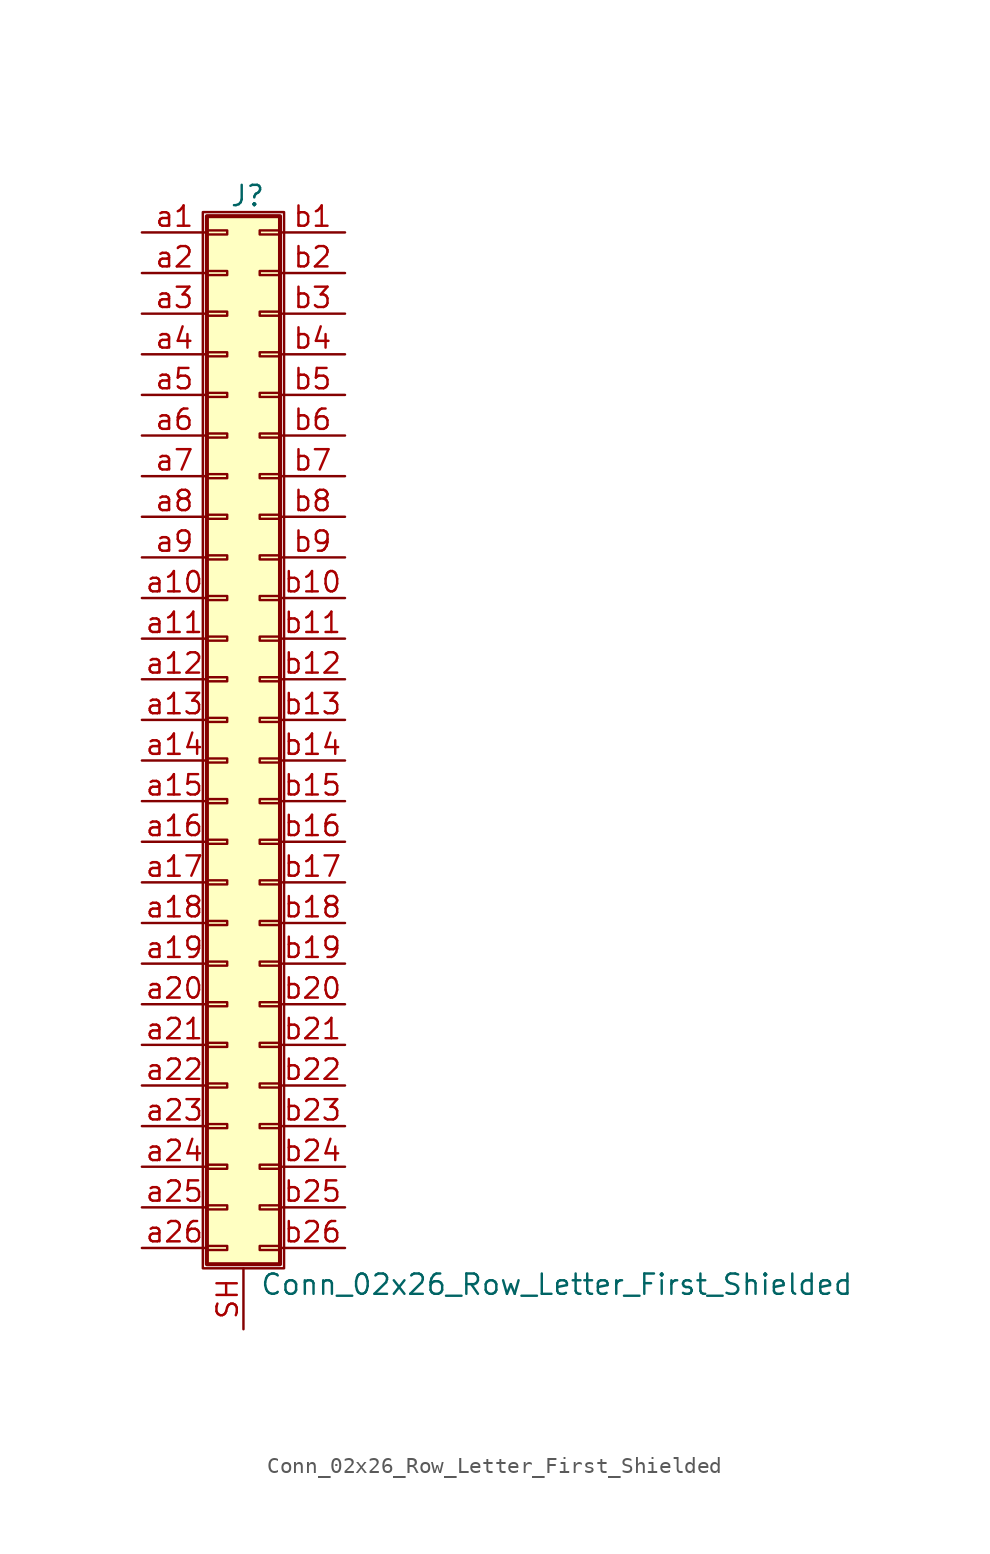
<source format=kicad_sym>
(kicad_symbol_lib
  (version 20220914)
  (generator kicad_symbol_editor)
  (symbol "Conn_02x26_Row_Letter_First_Shielded"
    (pin_names
      (offset 1.016) hide)
    (property "Reference" "J"
      (at 1.524 32.766 0)
      (effects (font (size 1.27 1.27))))
    (property "Value" "Conn_02x26_Row_Letter_First_Shielded"
      (at 2.286 -35.306 0)
      (effects (font (size 1.27 1.27)) (justify left)))
    (symbol "Conn_02x26_Row_Letter_First_Shielded_1_1"
      (rectangle (start -1.27 31.75) (end 3.81 -34.29) (stroke (width 0.152) (type default)) (fill (type none)))
      (rectangle (start -1.016 -32.893) (end 0.254 -33.147) (stroke (width 0.152) (type default)) (fill (type none)))
      (rectangle (start -1.016 -30.353) (end 0.254 -30.607) (stroke (width 0.152) (type default)) (fill (type none)))
      (rectangle (start -1.016 -27.813) (end 0.254 -28.067) (stroke (width 0.152) (type default)) (fill (type none)))
      (rectangle (start -1.016 -25.273) (end 0.254 -25.527) (stroke (width 0.152) (type default)) (fill (type none)))
      (rectangle (start -1.016 -22.733) (end 0.254 -22.987) (stroke (width 0.152) (type default)) (fill (type none)))
      (rectangle (start -1.016 -20.193) (end 0.254 -20.447) (stroke (width 0.152) (type default)) (fill (type none)))
      (rectangle (start -1.016 -17.653) (end 0.254 -17.907) (stroke (width 0.152) (type default)) (fill (type none)))
      (rectangle (start -1.016 -15.113) (end 0.254 -15.367) (stroke (width 0.152) (type default)) (fill (type none)))
      (rectangle (start -1.016 -12.573) (end 0.254 -12.827) (stroke (width 0.152) (type default)) (fill (type none)))
      (rectangle (start -1.016 -10.033) (end 0.254 -10.287) (stroke (width 0.152) (type default)) (fill (type none)))
      (rectangle (start -1.016 -7.493) (end 0.254 -7.747) (stroke (width 0.152) (type default)) (fill (type none)))
      (rectangle (start -1.016 -4.953) (end 0.254 -5.207) (stroke (width 0.152) (type default)) (fill (type none)))
      (rectangle (start -1.016 -2.413) (end 0.254 -2.667) (stroke (width 0.152) (type default)) (fill (type none)))
      (rectangle (start -1.016 0.127) (end 0.254 -0.127) (stroke (width 0.152) (type default)) (fill (type none)))
      (rectangle (start -1.016 2.667) (end 0.254 2.413) (stroke (width 0.152) (type default)) (fill (type none)))
      (rectangle (start -1.016 5.207) (end 0.254 4.953) (stroke (width 0.152) (type default)) (fill (type none)))
      (rectangle (start -1.016 7.747) (end 0.254 7.493) (stroke (width 0.152) (type default)) (fill (type none)))
      (rectangle (start -1.016 10.287) (end 0.254 10.033) (stroke (width 0.152) (type default)) (fill (type none)))
      (rectangle (start -1.016 12.827) (end 0.254 12.573) (stroke (width 0.152) (type default)) (fill (type none)))
      (rectangle (start -1.016 15.367) (end 0.254 15.113) (stroke (width 0.152) (type default)) (fill (type none)))
      (rectangle (start -1.016 17.907) (end 0.254 17.653) (stroke (width 0.152) (type default)) (fill (type none)))
      (rectangle (start -1.016 20.447) (end 0.254 20.193) (stroke (width 0.152) (type default)) (fill (type none)))
      (rectangle (start -1.016 22.987) (end 0.254 22.733) (stroke (width 0.152) (type default)) (fill (type none)))
      (rectangle (start -1.016 25.527) (end 0.254 25.273) (stroke (width 0.152) (type default)) (fill (type none)))
      (rectangle (start -1.016 28.067) (end 0.254 27.813) (stroke (width 0.152) (type default)) (fill (type none)))
      (rectangle (start -1.016 30.607) (end 0.254 30.353) (stroke (width 0.152) (type default)) (fill (type none)))
      (rectangle (start -1.016 31.496) (end 3.556 -34.036) (stroke (width 0.254) (type default)) (fill (type background)))
      (rectangle (start 3.556 -32.893) (end 2.286 -33.147) (stroke (width 0.152) (type default)) (fill (type none)))
      (rectangle (start 3.556 -30.353) (end 2.286 -30.607) (stroke (width 0.152) (type default)) (fill (type none)))
      (rectangle (start 3.556 -27.813) (end 2.286 -28.067) (stroke (width 0.152) (type default)) (fill (type none)))
      (rectangle (start 3.556 -25.273) (end 2.286 -25.527) (stroke (width 0.152) (type default)) (fill (type none)))
      (rectangle (start 3.556 -22.733) (end 2.286 -22.987) (stroke (width 0.152) (type default)) (fill (type none)))
      (rectangle (start 3.556 -20.193) (end 2.286 -20.447) (stroke (width 0.152) (type default)) (fill (type none)))
      (rectangle (start 3.556 -17.653) (end 2.286 -17.907) (stroke (width 0.152) (type default)) (fill (type none)))
      (rectangle (start 3.556 -15.113) (end 2.286 -15.367) (stroke (width 0.152) (type default)) (fill (type none)))
      (rectangle (start 3.556 -12.573) (end 2.286 -12.827) (stroke (width 0.152) (type default)) (fill (type none)))
      (rectangle (start 3.556 -10.033) (end 2.286 -10.287) (stroke (width 0.152) (type default)) (fill (type none)))
      (rectangle (start 3.556 -7.493) (end 2.286 -7.747) (stroke (width 0.152) (type default)) (fill (type none)))
      (rectangle (start 3.556 -4.953) (end 2.286 -5.207) (stroke (width 0.152) (type default)) (fill (type none)))
      (rectangle (start 3.556 -2.413) (end 2.286 -2.667) (stroke (width 0.152) (type default)) (fill (type none)))
      (rectangle (start 3.556 0.127) (end 2.286 -0.127) (stroke (width 0.152) (type default)) (fill (type none)))
      (rectangle (start 3.556 2.667) (end 2.286 2.413) (stroke (width 0.152) (type default)) (fill (type none)))
      (rectangle (start 3.556 5.207) (end 2.286 4.953) (stroke (width 0.152) (type default)) (fill (type none)))
      (rectangle (start 3.556 7.747) (end 2.286 7.493) (stroke (width 0.152) (type default)) (fill (type none)))
      (rectangle (start 3.556 10.287) (end 2.286 10.033) (stroke (width 0.152) (type default)) (fill (type none)))
      (rectangle (start 3.556 12.827) (end 2.286 12.573) (stroke (width 0.152) (type default)) (fill (type none)))
      (rectangle (start 3.556 15.367) (end 2.286 15.113) (stroke (width 0.152) (type default)) (fill (type none)))
      (rectangle (start 3.556 17.907) (end 2.286 17.653) (stroke (width 0.152) (type default)) (fill (type none)))
      (rectangle (start 3.556 20.447) (end 2.286 20.193) (stroke (width 0.152) (type default)) (fill (type none)))
      (rectangle (start 3.556 22.987) (end 2.286 22.733) (stroke (width 0.152) (type default)) (fill (type none)))
      (rectangle (start 3.556 25.527) (end 2.286 25.273) (stroke (width 0.152) (type default)) (fill (type none)))
      (rectangle (start 3.556 28.067) (end 2.286 27.813) (stroke (width 0.152) (type default)) (fill (type none)))
      (rectangle (start 3.556 30.607) (end 2.286 30.353) (stroke (width 0.152) (type default)) (fill (type none)))
      (pin passive line (at 1.27 -38.1 90) (length 3.81) (name "Shield" (effects (font (size 1.27 1.27)))) (number "SH" (effects (font (size 1.27 1.27)))))
      (pin passive line (at -5.08 30.48 0) (length 4.064) (name "Pin_a1" (effects (font (size 1.27 1.27)))) (number "a1" (effects (font (size 1.27 1.27)))))
      (pin passive line (at -5.08 7.62 0) (length 4.064) (name "Pin_a10" (effects (font (size 1.27 1.27)))) (number "a10" (effects (font (size 1.27 1.27)))))
      (pin passive line (at -5.08 5.08 0) (length 4.064) (name "Pin_a11" (effects (font (size 1.27 1.27)))) (number "a11" (effects (font (size 1.27 1.27)))))
      (pin passive line (at -5.08 2.54 0) (length 4.064) (name "Pin_a12" (effects (font (size 1.27 1.27)))) (number "a12" (effects (font (size 1.27 1.27)))))
      (pin passive line (at -5.08 0 0) (length 4.064) (name "Pin_a13" (effects (font (size 1.27 1.27)))) (number "a13" (effects (font (size 1.27 1.27)))))
      (pin passive line (at -5.08 -2.54 0) (length 4.064) (name "Pin_a14" (effects (font (size 1.27 1.27)))) (number "a14" (effects (font (size 1.27 1.27)))))
      (pin passive line (at -5.08 -5.08 0) (length 4.064) (name "Pin_a15" (effects (font (size 1.27 1.27)))) (number "a15" (effects (font (size 1.27 1.27)))))
      (pin passive line (at -5.08 -7.62 0) (length 4.064) (name "Pin_a16" (effects (font (size 1.27 1.27)))) (number "a16" (effects (font (size 1.27 1.27)))))
      (pin passive line (at -5.08 -10.16 0) (length 4.064) (name "Pin_a17" (effects (font (size 1.27 1.27)))) (number "a17" (effects (font (size 1.27 1.27)))))
      (pin passive line (at -5.08 -12.7 0) (length 4.064) (name "Pin_a18" (effects (font (size 1.27 1.27)))) (number "a18" (effects (font (size 1.27 1.27)))))
      (pin passive line (at -5.08 -15.24 0) (length 4.064) (name "Pin_a19" (effects (font (size 1.27 1.27)))) (number "a19" (effects (font (size 1.27 1.27)))))
      (pin passive line (at -5.08 27.94 0) (length 4.064) (name "Pin_a2" (effects (font (size 1.27 1.27)))) (number "a2" (effects (font (size 1.27 1.27)))))
      (pin passive line (at -5.08 -17.78 0) (length 4.064) (name "Pin_a20" (effects (font (size 1.27 1.27)))) (number "a20" (effects (font (size 1.27 1.27)))))
      (pin passive line (at -5.08 -20.32 0) (length 4.064) (name "Pin_a21" (effects (font (size 1.27 1.27)))) (number "a21" (effects (font (size 1.27 1.27)))))
      (pin passive line (at -5.08 -22.86 0) (length 4.064) (name "Pin_a22" (effects (font (size 1.27 1.27)))) (number "a22" (effects (font (size 1.27 1.27)))))
      (pin passive line (at -5.08 -25.4 0) (length 4.064) (name "Pin_a23" (effects (font (size 1.27 1.27)))) (number "a23" (effects (font (size 1.27 1.27)))))
      (pin passive line (at -5.08 -27.94 0) (length 4.064) (name "Pin_a24" (effects (font (size 1.27 1.27)))) (number "a24" (effects (font (size 1.27 1.27)))))
      (pin passive line (at -5.08 -30.48 0) (length 4.064) (name "Pin_a25" (effects (font (size 1.27 1.27)))) (number "a25" (effects (font (size 1.27 1.27)))))
      (pin passive line (at -5.08 -33.02 0) (length 4.064) (name "Pin_a26" (effects (font (size 1.27 1.27)))) (number "a26" (effects (font (size 1.27 1.27)))))
      (pin passive line (at -5.08 25.4 0) (length 4.064) (name "Pin_a3" (effects (font (size 1.27 1.27)))) (number "a3" (effects (font (size 1.27 1.27)))))
      (pin passive line (at -5.08 22.86 0) (length 4.064) (name "Pin_a4" (effects (font (size 1.27 1.27)))) (number "a4" (effects (font (size 1.27 1.27)))))
      (pin passive line (at -5.08 20.32 0) (length 4.064) (name "Pin_a5" (effects (font (size 1.27 1.27)))) (number "a5" (effects (font (size 1.27 1.27)))))
      (pin passive line (at -5.08 17.78 0) (length 4.064) (name "Pin_a6" (effects (font (size 1.27 1.27)))) (number "a6" (effects (font (size 1.27 1.27)))))
      (pin passive line (at -5.08 15.24 0) (length 4.064) (name "Pin_a7" (effects (font (size 1.27 1.27)))) (number "a7" (effects (font (size 1.27 1.27)))))
      (pin passive line (at -5.08 12.7 0) (length 4.064) (name "Pin_a8" (effects (font (size 1.27 1.27)))) (number "a8" (effects (font (size 1.27 1.27)))))
      (pin passive line (at -5.08 10.16 0) (length 4.064) (name "Pin_a9" (effects (font (size 1.27 1.27)))) (number "a9" (effects (font (size 1.27 1.27)))))
      (pin passive line (at 7.62 30.48 180) (length 4.064) (name "Pin_b1" (effects (font (size 1.27 1.27)))) (number "b1" (effects (font (size 1.27 1.27)))))
      (pin passive line (at 7.62 7.62 180) (length 4.064) (name "Pin_b10" (effects (font (size 1.27 1.27)))) (number "b10" (effects (font (size 1.27 1.27)))))
      (pin passive line (at 7.62 5.08 180) (length 4.064) (name "Pin_b11" (effects (font (size 1.27 1.27)))) (number "b11" (effects (font (size 1.27 1.27)))))
      (pin passive line (at 7.62 2.54 180) (length 4.064) (name "Pin_b12" (effects (font (size 1.27 1.27)))) (number "b12" (effects (font (size 1.27 1.27)))))
      (pin passive line (at 7.62 0 180) (length 4.064) (name "Pin_b13" (effects (font (size 1.27 1.27)))) (number "b13" (effects (font (size 1.27 1.27)))))
      (pin passive line (at 7.62 -2.54 180) (length 4.064) (name "Pin_b14" (effects (font (size 1.27 1.27)))) (number "b14" (effects (font (size 1.27 1.27)))))
      (pin passive line (at 7.62 -5.08 180) (length 4.064) (name "Pin_b15" (effects (font (size 1.27 1.27)))) (number "b15" (effects (font (size 1.27 1.27)))))
      (pin passive line (at 7.62 -7.62 180) (length 4.064) (name "Pin_b16" (effects (font (size 1.27 1.27)))) (number "b16" (effects (font (size 1.27 1.27)))))
      (pin passive line (at 7.62 -10.16 180) (length 4.064) (name "Pin_b17" (effects (font (size 1.27 1.27)))) (number "b17" (effects (font (size 1.27 1.27)))))
      (pin passive line (at 7.62 -12.7 180) (length 4.064) (name "Pin_b18" (effects (font (size 1.27 1.27)))) (number "b18" (effects (font (size 1.27 1.27)))))
      (pin passive line (at 7.62 -15.24 180) (length 4.064) (name "Pin_b19" (effects (font (size 1.27 1.27)))) (number "b19" (effects (font (size 1.27 1.27)))))
      (pin passive line (at 7.62 27.94 180) (length 4.064) (name "Pin_b2" (effects (font (size 1.27 1.27)))) (number "b2" (effects (font (size 1.27 1.27)))))
      (pin passive line (at 7.62 -17.78 180) (length 4.064) (name "Pin_b20" (effects (font (size 1.27 1.27)))) (number "b20" (effects (font (size 1.27 1.27)))))
      (pin passive line (at 7.62 -20.32 180) (length 4.064) (name "Pin_b21" (effects (font (size 1.27 1.27)))) (number "b21" (effects (font (size 1.27 1.27)))))
      (pin passive line (at 7.62 -22.86 180) (length 4.064) (name "Pin_b22" (effects (font (size 1.27 1.27)))) (number "b22" (effects (font (size 1.27 1.27)))))
      (pin passive line (at 7.62 -25.4 180) (length 4.064) (name "Pin_b23" (effects (font (size 1.27 1.27)))) (number "b23" (effects (font (size 1.27 1.27)))))
      (pin passive line (at 7.62 -27.94 180) (length 4.064) (name "Pin_b24" (effects (font (size 1.27 1.27)))) (number "b24" (effects (font (size 1.27 1.27)))))
      (pin passive line (at 7.62 -30.48 180) (length 4.064) (name "Pin_b25" (effects (font (size 1.27 1.27)))) (number "b25" (effects (font (size 1.27 1.27)))))
      (pin passive line (at 7.62 -33.02 180) (length 4.064) (name "Pin_b26" (effects (font (size 1.27 1.27)))) (number "b26" (effects (font (size 1.27 1.27)))))
      (pin passive line (at 7.62 25.4 180) (length 4.064) (name "Pin_b3" (effects (font (size 1.27 1.27)))) (number "b3" (effects (font (size 1.27 1.27)))))
      (pin passive line (at 7.62 22.86 180) (length 4.064) (name "Pin_b4" (effects (font (size 1.27 1.27)))) (number "b4" (effects (font (size 1.27 1.27)))))
      (pin passive line (at 7.62 20.32 180) (length 4.064) (name "Pin_b5" (effects (font (size 1.27 1.27)))) (number "b5" (effects (font (size 1.27 1.27)))))
      (pin passive line (at 7.62 17.78 180) (length 4.064) (name "Pin_b6" (effects (font (size 1.27 1.27)))) (number "b6" (effects (font (size 1.27 1.27)))))
      (pin passive line (at 7.62 15.24 180) (length 4.064) (name "Pin_b7" (effects (font (size 1.27 1.27)))) (number "b7" (effects (font (size 1.27 1.27)))))
      (pin passive line (at 7.62 12.7 180) (length 4.064) (name "Pin_b8" (effects (font (size 1.27 1.27)))) (number "b8" (effects (font (size 1.27 1.27)))))
      (pin passive line (at 7.62 10.16 180) (length 4.064) (name "Pin_b9" (effects (font (size 1.27 1.27)))) (number "b9" (effects (font (size 1.27 1.27))))))))
</source>
